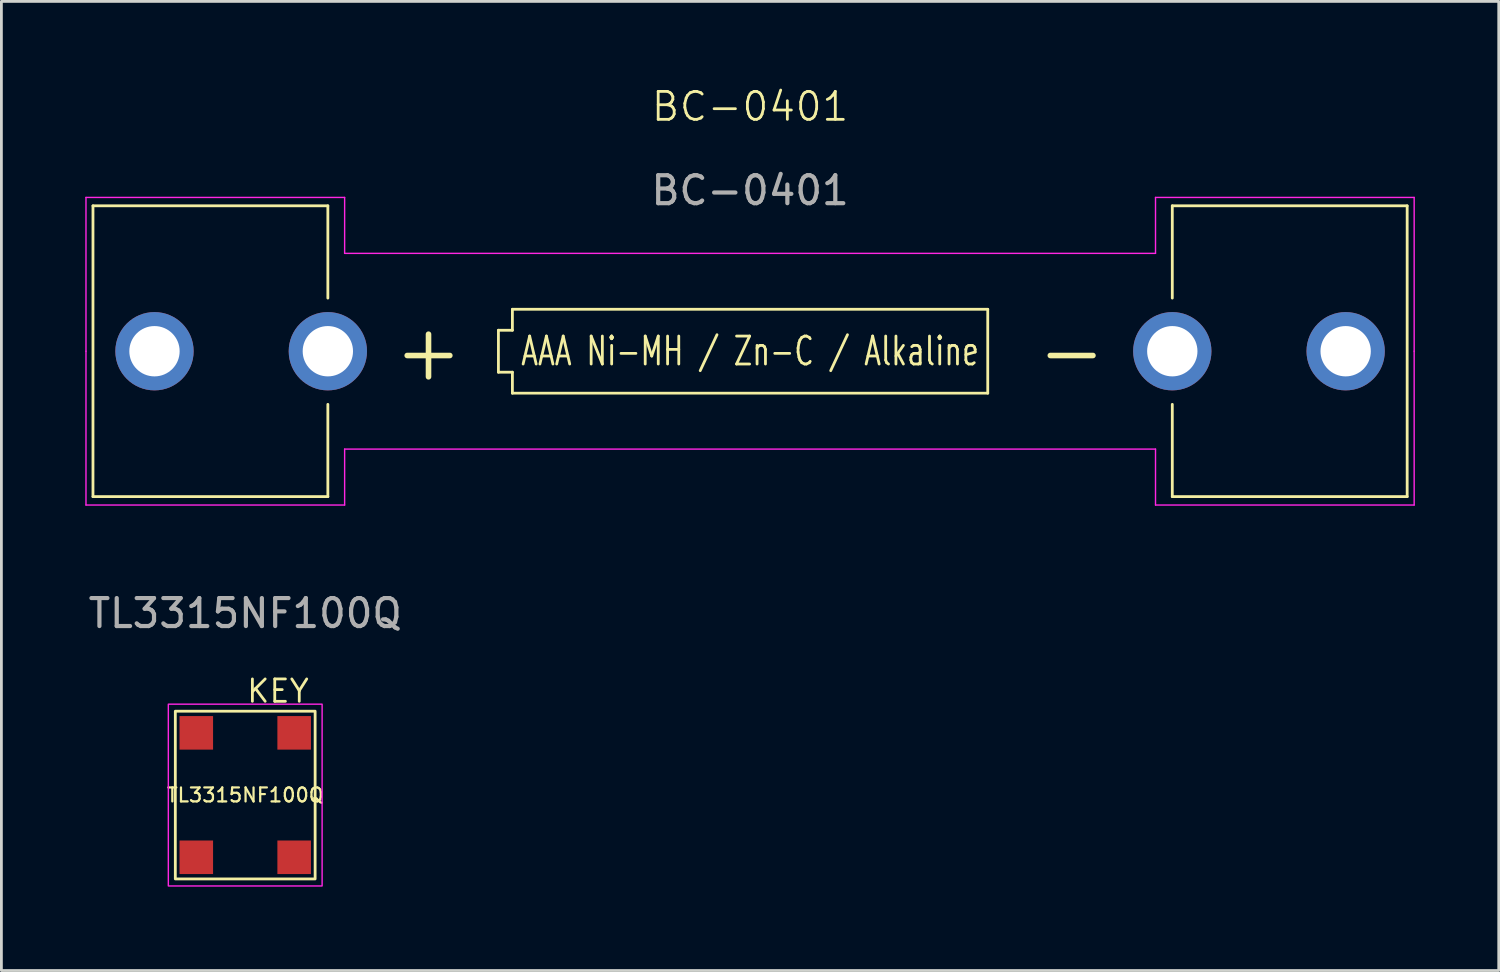
<source format=kicad_pcb>
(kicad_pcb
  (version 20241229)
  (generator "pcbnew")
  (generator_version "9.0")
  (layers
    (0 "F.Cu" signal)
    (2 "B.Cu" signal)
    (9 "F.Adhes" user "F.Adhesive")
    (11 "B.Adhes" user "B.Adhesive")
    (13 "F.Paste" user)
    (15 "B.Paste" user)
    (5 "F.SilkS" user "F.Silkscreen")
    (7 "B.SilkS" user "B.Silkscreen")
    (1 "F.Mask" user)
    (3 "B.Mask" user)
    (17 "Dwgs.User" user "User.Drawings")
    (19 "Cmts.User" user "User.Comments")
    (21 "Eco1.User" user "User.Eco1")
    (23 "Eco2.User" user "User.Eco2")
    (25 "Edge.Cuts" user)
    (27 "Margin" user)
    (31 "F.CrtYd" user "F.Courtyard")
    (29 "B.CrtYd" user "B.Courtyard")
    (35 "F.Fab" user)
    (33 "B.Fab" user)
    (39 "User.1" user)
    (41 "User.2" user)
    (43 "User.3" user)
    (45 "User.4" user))
  (footprint "BC-0401"
    (layer "F.Cu")
    (at 23.775 9.511)
    (property "Reference" "BC-0401" (at 0 -8.75 0) (unlocked yes) (layer "F.SilkS") (effects (font (size 1 1) (thickness 0.1))))
    (attr through_hole)
    (fp_line (start -23.5 -5.2) (end -23.5 5.2) (stroke (width 0.1) (type default)) (layer "F.SilkS"))
    (fp_line (start -15.1 -5.2) (end -23.5 -5.2) (stroke (width 0.1) (type default)) (layer "F.SilkS"))
    (fp_line (start -15.1 -1.9) (end -15.1 -5.2) (stroke (width 0.1) (type default)) (layer "F.SilkS"))
    (fp_line (start -15.1 5.2) (end -23.5 5.2) (stroke (width 0.1) (type default)) (layer "F.SilkS"))
    (fp_line (start -15.1 5.2) (end -15.1 1.9) (stroke (width 0.1) (type default)) (layer "F.SilkS"))
    (fp_line (start -9 -0.75) (end -9 0.75) (stroke (width 0.1) (type default)) (layer "F.SilkS"))
    (fp_line (start -9 0.75) (end -8.5 0.75) (stroke (width 0.1) (type default)) (layer "F.SilkS"))
    (fp_line (start -8.5 -1.5) (end -8.5 -0.75) (stroke (width 0.1) (type default)) (layer "F.SilkS"))
    (fp_line (start -8.5 -1.5) (end 8.5 -1.5) (stroke (width 0.1) (type default)) (layer "F.SilkS"))
    (fp_line (start -8.5 -0.75) (end -9 -0.75) (stroke (width 0.1) (type default)) (layer "F.SilkS"))
    (fp_line (start -8.5 0.75) (end -8.5 1.5) (stroke (width 0.1) (type default)) (layer "F.SilkS"))
    (fp_line (start 8.5 -1.5) (end 8.5 1.5) (stroke (width 0.1) (type default)) (layer "F.SilkS"))
    (fp_line (start 8.5 1.5) (end -8.5 1.5) (stroke (width 0.1) (type default)) (layer "F.SilkS"))
    (fp_line (start 15.1 -5.2) (end 15.1 -1.9) (stroke (width 0.1) (type default)) (layer "F.SilkS"))
    (fp_line (start 15.1 -5.2) (end 23.5 -5.2) (stroke (width 0.1) (type default)) (layer "F.SilkS"))
    (fp_line (start 15.1 1.9) (end 15.1 5.2) (stroke (width 0.1) (type default)) (layer "F.SilkS"))
    (fp_line (start 15.1 5.2) (end 23.5 5.2) (stroke (width 0.1) (type default)) (layer "F.SilkS"))
    (fp_line (start 23.5 5.2) (end 23.5 -5.2) (stroke (width 0.1) (type default)) (layer "F.SilkS"))
    (fp_line (start -23.75 -5.5) (end -14.5 -5.5) (stroke (width 0.05) (type default)) (layer "F.CrtYd"))
    (fp_line (start -23.75 0) (end -23.75 -5.5) (stroke (width 0.05) (type default)) (layer "F.CrtYd"))
    (fp_line (start -23.75 5.5) (end -23.75 0) (stroke (width 0.05) (type default)) (layer "F.CrtYd"))
    (fp_line (start -14.5 -5.5) (end -14.5 -3.5) (stroke (width 0.05) (type default)) (layer "F.CrtYd"))
    (fp_line (start -14.5 -3.5) (end 14.5 -3.5) (stroke (width 0.05) (type default)) (layer "F.CrtYd"))
    (fp_line (start -14.5 3.5) (end -14.5 5.5) (stroke (width 0.05) (type default)) (layer "F.CrtYd"))
    (fp_line (start -14.5 5.5) (end -23.75 5.5) (stroke (width 0.05) (type default)) (layer "F.CrtYd"))
    (fp_line (start 14.5 -5.5) (end 23.75 -5.5) (stroke (width 0.05) (type default)) (layer "F.CrtYd"))
    (fp_line (start 14.5 -3.5) (end 14.5 -5.5) (stroke (width 0.05) (type default)) (layer "F.CrtYd"))
    (fp_line (start 14.5 3.5) (end -14.5 3.5) (stroke (width 0.05) (type default)) (layer "F.CrtYd"))
    (fp_line (start 14.5 5.5) (end 14.5 3.5) (stroke (width 0.05) (type default)) (layer "F.CrtYd"))
    (fp_line (start 23.75 -5.5) (end 23.75 0) (stroke (width 0.05) (type default)) (layer "F.CrtYd"))
    (fp_line (start 23.75 0) (end 23.75 5.5) (stroke (width 0.05) (type default)) (layer "F.CrtYd"))
    (fp_line (start 23.75 5.5) (end 14.5 5.5) (stroke (width 0.05) (type default)) (layer "F.CrtYd"))
    (fp_text user "-" (at 11.5 0 0) (unlocked yes) (layer "F.SilkS") (effects (font (size 2 2) (thickness 0.2))))
    (fp_text user "+" (at -11.5 0 0) (unlocked yes) (layer "F.SilkS") (effects (font (size 2 2) (thickness 0.2))))
    (fp_text user "AAA Ni-MH / Zn-C / Alkaline" (at 0 0 0) (unlocked yes) (layer "F.SilkS") (effects (font (size 1 0.7) (thickness 0.1))))
    (fp_text user "${REFERENCE}" (at 0 -5.75 0) (unlocked yes) (layer "F.Fab") (effects (font (size 1 1) (thickness 0.15))))
    (pad "1" thru_hole circle (at -21.3 0 180) (size 2.8 2.8) (drill 1.8) (layers "*.Cu" "*.Mask"))
    (pad "1" thru_hole circle (at -15.1 0 180) (size 2.8 2.8) (drill 1.8) (layers "*.Cu" "*.Mask"))
    (pad "2" thru_hole circle (at 15.1 0) (size 2.8 2.8) (drill 1.8) (layers "*.Cu" "*.Mask"))
    (pad "2" thru_hole circle (at 21.3 0) (size 2.8 2.8) (drill 1.8) (layers "*.Cu" "*.Mask")))
  (footprint "TL3315NF100Q"
    (layer "F.Cu")
    (at 5.72 25.384)
    (property "Reference" "TL3315NF100Q" (at 0 0 0) (unlocked yes) (layer "F.SilkS") (effects (font (size 0.5 0.5) (thickness 0.08))))
    (attr smd)
    (fp_rect (start -2.5 -3) (end 2.5 3) (stroke (width 0.1) (type default)) (fill no) (layer "F.SilkS"))
    (fp_rect (start -2.75 -3.25) (end 2.75 3.25) (stroke (width 0.05) (type default)) (fill no) (layer "F.CrtYd"))
    (fp_text user "KEY" (at 0 -3.25 0) (unlocked yes) (layer "F.SilkS") (effects (font (size 0.8 0.8) (thickness 0.1)) (justify left bottom)))
    (fp_text user "${REFERENCE}" (at 0 -6.5 0) (unlocked yes) (layer "F.Fab") (effects (font (size 1 1) (thickness 0.15))))
    (pad "1" smd rect (at -1.75 -2.225) (size 1.2 1.2) (layers "F.Cu" "F.Mask" "F.Paste"))
    (pad "1" smd rect (at -1.75 2.225 180) (size 1.2 1.2) (layers "F.Cu" "F.Mask" "F.Paste"))
    (pad "2" smd rect (at 1.75 -2.225) (size 1.2 1.2) (layers "F.Cu" "F.Mask" "F.Paste"))
    (pad "2" smd rect (at 1.75 2.225 180) (size 1.2 1.2) (layers "F.Cu" "F.Mask" "F.Paste")))
  (gr_rect
    (start -3 -3)
    (end 50.55 31.659)
    (stroke (width 0.1) (type default))
    (fill no)
    (layer "Edge.Cuts")))
</source>
